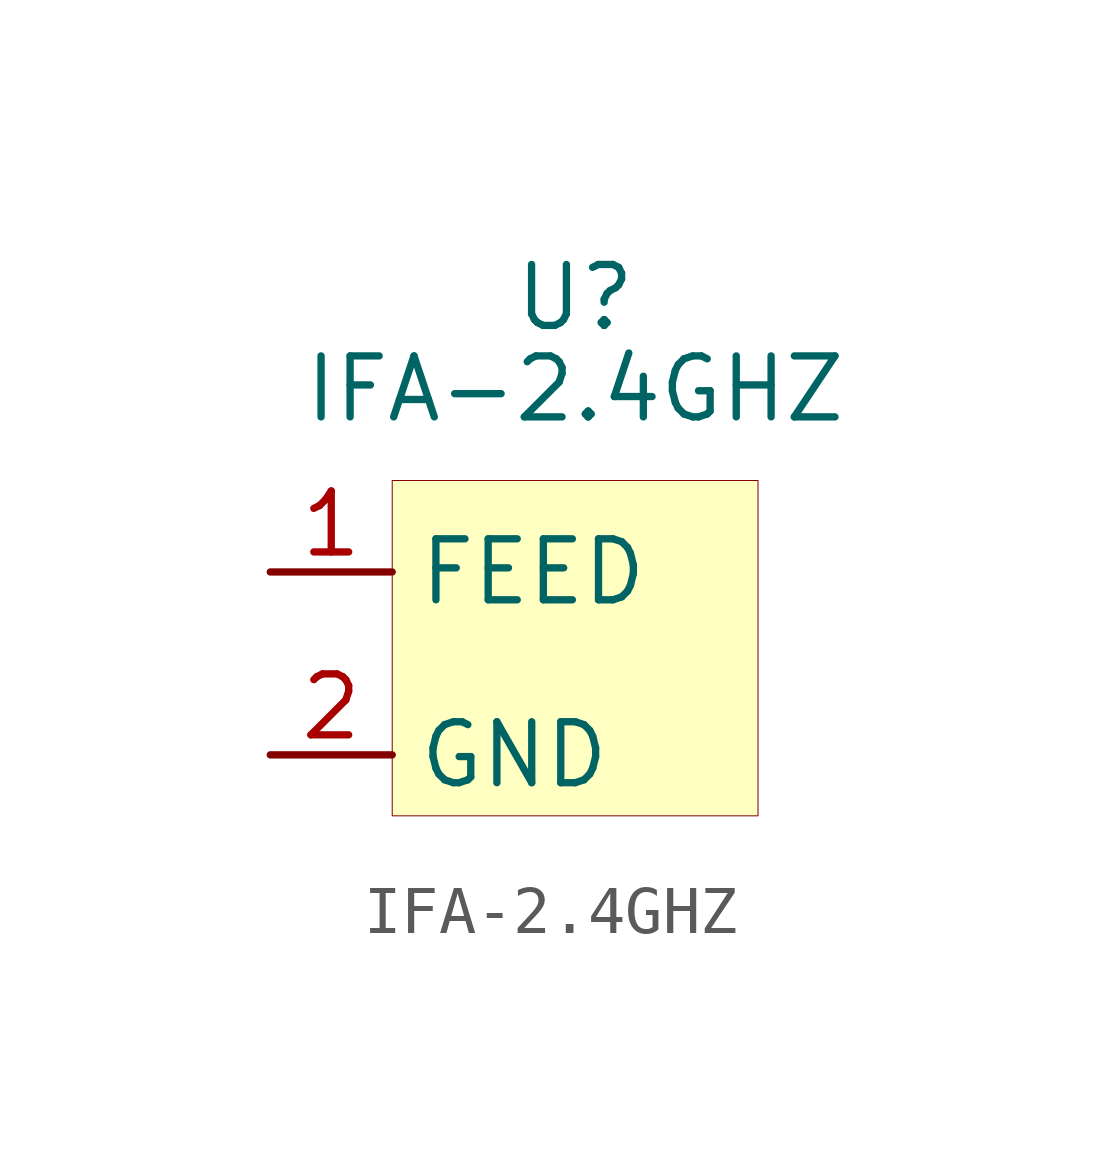
<source format=kicad_sym>
(kicad_symbol_lib
  (version 20201005)
  (generator kicad_symbol_editor)
  (symbol "Antenna:IFA-2.4GHZ"
    (property "Reference" "U"
      (at 0 6.985 0)
      (effects (font (size 1.27 1.27))))
    (property "Value" "IFA-2.4GHZ"
      (at 0 5.08 0)
      (effects (font (size 1.27 1.27))))
    (symbol "IFA-2.4GHZ_0_1"
      (rectangle (start -3.81 3.175) (end 3.81 -3.81) (stroke (width 0.001)) (fill (type background))))
    (symbol "IFA-2.4GHZ_1_1"
      (pin input line (at -6.35 1.27 0) (length 2.54) (name "FEED" (effects (font (size 1.27 1.27)))) (number "1" (effects (font (size 1.27 1.27)))))
      (pin input line (at -6.35 -2.54 0) (length 2.54) (name "GND" (effects (font (size 1.27 1.27)))) (number "2" (effects (font (size 1.27 1.27))))))))
</source>
